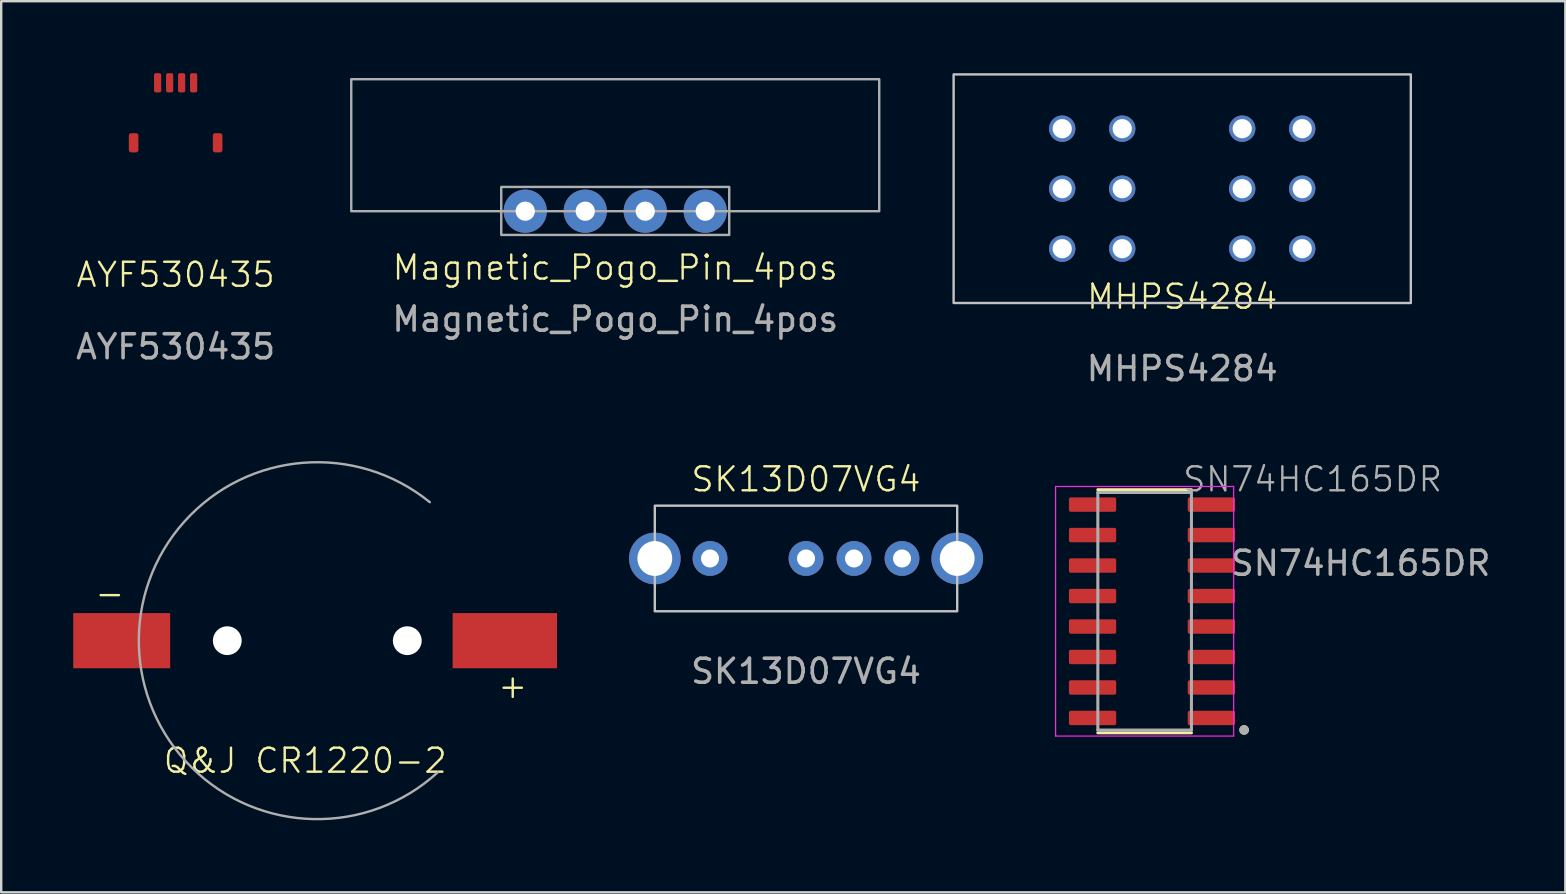
<source format=kicad_pcb>
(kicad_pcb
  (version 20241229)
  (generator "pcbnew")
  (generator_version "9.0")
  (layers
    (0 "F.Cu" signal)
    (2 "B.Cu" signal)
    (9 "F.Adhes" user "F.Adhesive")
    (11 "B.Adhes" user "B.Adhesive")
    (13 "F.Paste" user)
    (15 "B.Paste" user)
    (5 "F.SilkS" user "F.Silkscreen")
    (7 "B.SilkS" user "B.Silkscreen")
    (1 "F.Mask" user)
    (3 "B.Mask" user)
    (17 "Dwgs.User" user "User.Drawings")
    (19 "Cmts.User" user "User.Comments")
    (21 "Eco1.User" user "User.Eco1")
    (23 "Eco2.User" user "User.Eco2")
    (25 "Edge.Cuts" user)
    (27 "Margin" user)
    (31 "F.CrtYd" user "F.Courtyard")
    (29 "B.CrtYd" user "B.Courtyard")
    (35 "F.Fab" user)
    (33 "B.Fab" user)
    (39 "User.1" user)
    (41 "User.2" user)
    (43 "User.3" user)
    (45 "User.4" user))
  (footprint "Q&J CR1220-2"
    (layer "F.Cu")
    (at 10.17 23.646)
    (property "Reference" "Q&J CR1220-2" (at -0.5 5 0) (unlocked yes) (layer "F.SilkS") (effects (font (size 1 1) (thickness 0.1))))
    (fp_arc (start 5.019618 5.485656) (mid -7.43247 0.217658) (end 4.69 -5.77) (stroke (width 0.1) (type default)) (layer "F.Fab"))
    (fp_text user "+" (at 7.46 2.47 0) (unlocked yes) (layer "F.SilkS") (effects (font (size 1 1) (thickness 0.1)) (justify left bottom)))
    (fp_text user "-" (at -9.33 -1.39 0) (unlocked yes) (layer "F.SilkS") (effects (font (size 1 1) (thickness 0.1)) (justify left bottom)))
    (pad "" np_thru_hole circle (at -3.75 0) (size 1.2 1.2) (drill 1.2) (layers "*.Cu" "*.Mask"))
    (pad "" np_thru_hole circle (at 3.75 0) (size 1.2 1.2) (drill 1.2) (layers "*.Cu" "*.Mask"))
    (pad "1" smd rect (at 7.815 0) (size 4.35 2.3) (layers "F.Cu" "F.Mask" "F.Paste"))
    (pad "2" smd rect (at -8.15 0) (size 4.04 2.3) (layers "F.Cu" "F.Mask" "F.Paste")))
  (footprint "Magnetic_Pogo_Pin_4pos"
    (layer "F.Cu")
    (at 22.586 0.25)
    (property "Reference" "Magnetic_Pogo_Pin_4pos" (at 0 7.85 0) (unlocked yes) (layer "F.SilkS") (effects (font (size 1 1) (thickness 0.1))))
    (attr through_hole)
    (fp_rect (start -11 0) (end 11 5.5) (stroke (width 0.1) (type default)) (fill no) (layer "F.Fab"))
    (fp_rect (start -4.75 4.49) (end 4.75 6.49) (stroke (width 0.1) (type default)) (fill no) (layer "F.Fab"))
    (fp_text user "${REFERENCE}" (at 0 10 0) (unlocked yes) (layer "F.Fab") (effects (font (size 1 1) (thickness 0.15))))
    (pad "1" thru_hole circle (at -3.75 5.5) (size 1.8 1.8) (drill 0.8) (layers "*.Cu" "*.Mask"))
    (pad "2" thru_hole circle (at -1.25 5.5) (size 1.8 1.8) (drill 0.8) (layers "*.Cu" "*.Mask"))
    (pad "3" thru_hole circle (at 1.25 5.5) (size 1.8 1.8) (drill 0.8) (layers "*.Cu" "*.Mask"))
    (pad "4" thru_hole circle (at 3.75 5.5) (size 1.8 1.8) (drill 0.8) (layers "*.Cu" "*.Mask")))
  (footprint "SK13D07VG4"
    (layer "F.Cu")
    (at 30.535 22.421)
    (property "Reference" "SK13D07VG4" (at 0 -5.5 0) (unlocked yes) (layer "F.SilkS") (effects (font (size 1 1) (thickness 0.1))))
    (attr through_hole)
    (fp_rect (start -6.3 -4.4) (end 6.3 0) (stroke (width 0.1) (type default)) (fill no) (layer "Dwgs.User"))
    (fp_text user "${REFERENCE}" (at 0 2.5 0) (unlocked yes) (layer "F.Fab") (effects (font (size 1 1) (thickness 0.15))))
    (pad "1" thru_hole circle (at -4 -2.2) (size 1.45 1.45) (drill 0.75) (layers "*.Cu" "*.Mask"))
    (pad "2" thru_hole circle (at 0 -2.2) (size 1.45 1.45) (drill 0.75) (layers "*.Cu" "*.Mask"))
    (pad "3" thru_hole circle (at 2 -2.2) (size 1.45 1.45) (drill 0.75) (layers "*.Cu" "*.Mask"))
    (pad "4" thru_hole circle (at 4 -2.2) (size 1.45 1.45) (drill 0.75) (layers "*.Cu" "*.Mask"))
    (pad "MNT1" thru_hole circle (at -6.3 -2.2) (size 2.15 2.15) (drill 1.45) (layers "*.Cu" "*.Mask"))
    (pad "MNT2" thru_hole circle (at 6.3 -2.2) (size 2.15 2.15) (drill 1.45) (layers "*.Cu" "*.Mask")))
  (footprint "AYF530435"
    (layer "F.Cu")
    (at 4.268 1.7)
    (property "Reference" "AYF530435" (at 0 6.7 0) (unlocked yes) (layer "F.SilkS") (effects (font (size 1 1) (thickness 0.1))))
    (attr smd)
    (fp_text user "${REFERENCE}" (at 0 9.7 0) (unlocked yes) (layer "F.Fab") (effects (font (size 1 1) (thickness 0.15))))
    (pad "1" smd roundrect (at -0.75 -1.3) (size 0.3 0.8) (layers "F.Cu" "F.Mask" "F.Paste") (roundrect_rratio 0.25))
    (pad "2" smd roundrect (at -0.25 -1.3) (size 0.3 0.8) (layers "F.Cu" "F.Mask" "F.Paste") (roundrect_rratio 0.25))
    (pad "3" smd roundrect (at 0.25 -1.3) (size 0.3 0.8) (layers "F.Cu" "F.Mask" "F.Paste") (roundrect_rratio 0.25))
    (pad "4" smd roundrect (at 0.75 -1.3) (size 0.3 0.8) (layers "F.Cu" "F.Mask" "F.Paste") (roundrect_rratio 0.25))
    (pad "P1" smd roundrect (at -1.75 1.2) (size 0.4 0.8) (layers "F.Cu" "F.Mask" "F.Paste") (roundrect_rratio 0.25))
    (pad "P2" smd roundrect (at 1.75 1.2) (size 0.4 0.8) (layers "F.Cu" "F.Mask" "F.Paste") (roundrect_rratio 0.25)))
  (footprint "MHPS4284"
    (layer "F.Cu")
    (at 46.211 4.812)
    (property "Reference" "MHPS4284" (at 0 4.5 0) (unlocked yes) (layer "F.SilkS") (effects (font (size 1 1) (thickness 0.1))))
    (attr smd)
    (fp_rect (start -9.525 -4.763) (end 9.525 4.763) (stroke (width 0.1) (type default)) (fill no) (layer "Dwgs.User"))
    (fp_text user "${REFERENCE}" (at 0 7.5 0) (unlocked yes) (layer "F.Fab") (effects (font (size 1 1) (thickness 0.15))))
    (pad "1" thru_hole circle (at -5 -2.5) (size 1.1 1.1) (drill 0.8) (layers "*.Cu" "*.Mask"))
    (pad "1" thru_hole circle (at -2.5 -2.5) (size 1.1 1.1) (drill 0.8) (layers "*.Cu" "*.Mask"))
    (pad "1" thru_hole circle (at 2.5 -2.5) (size 1.1 1.1) (drill 0.8) (layers "*.Cu" "*.Mask"))
    (pad "1" thru_hole circle (at 5 -2.5) (size 1.1 1.1) (drill 0.8) (layers "*.Cu" "*.Mask"))
    (pad "2" thru_hole circle (at -5 2.5) (size 1.1 1.1) (drill 0.8) (layers "*.Cu" "*.Mask"))
    (pad "3" thru_hole circle (at -5 0) (size 1.1 1.1) (drill 0.8) (layers "*.Cu" "*.Mask"))
    (pad "3" thru_hole circle (at -2.5 0) (size 1.1 1.1) (drill 0.8) (layers "*.Cu" "*.Mask"))
    (pad "3" thru_hole circle (at -2.5 2.5) (size 1.1 1.1) (drill 0.8) (layers "*.Cu" "*.Mask"))
    (pad "3" thru_hole circle (at 2.5 0) (size 1.1 1.1) (drill 0.8) (layers "*.Cu" "*.Mask"))
    (pad "3" thru_hole circle (at 2.5 2.5) (size 1.1 1.1) (drill 0.8) (layers "*.Cu" "*.Mask"))
    (pad "3" thru_hole circle (at 5 0) (size 1.1 1.1) (drill 0.8) (layers "*.Cu" "*.Mask"))
    (pad "3" thru_hole circle (at 5 2.5) (size 1.1 1.1) (drill 0.8) (layers "*.Cu" "*.Mask")))
  (footprint "SN74HC165DR"
    (layer "F.Cu")
    (at 44.645 22.421)
    (property "Reference" "SN74HC165DR" (at 7 -5.5 0) (unlocked yes) (layer "F.Fab") (effects (font (size 1 1) (thickness 0.1))))
    (attr smd)
    (fp_line (start 1.95 -5.065) (end -1.95 -5.065) (stroke (width 0.127) (type solid)) (layer "F.SilkS"))
    (fp_line (start 1.95 5.065) (end -1.95 5.065) (stroke (width 0.127) (type solid)) (layer "F.SilkS"))
    (fp_circle (center 4.145 4.945) (end 4.045 4.945) (stroke (width 0.2) (type solid)) (fill no) (layer "F.SilkS"))
    (fp_line (start -3.71 5.2) (end -3.71 -5.2) (stroke (width 0.05) (type solid)) (layer "F.CrtYd"))
    (fp_line (start 3.71 -5.2) (end -3.71 -5.2) (stroke (width 0.05) (type solid)) (layer "F.CrtYd"))
    (fp_line (start 3.71 5.2) (end -3.71 5.2) (stroke (width 0.05) (type solid)) (layer "F.CrtYd"))
    (fp_line (start 3.71 5.2) (end 3.71 -5.2) (stroke (width 0.05) (type solid)) (layer "F.CrtYd"))
    (fp_line (start -1.95 4.95) (end -1.95 -4.95) (stroke (width 0.127) (type solid)) (layer "F.Fab"))
    (fp_line (start 1.95 -4.95) (end -1.95 -4.95) (stroke (width 0.127) (type solid)) (layer "F.Fab"))
    (fp_line (start 1.95 4.95) (end -1.95 4.95) (stroke (width 0.127) (type solid)) (layer "F.Fab"))
    (fp_line (start 1.95 4.95) (end 1.95 -4.95) (stroke (width 0.127) (type solid)) (layer "F.Fab"))
    (fp_circle (center 4.145 4.945) (end 4.045 4.945) (stroke (width 0.2) (type solid)) (fill no) (layer "F.Fab"))
    (fp_text user "${REFERENCE}" (at 9 -2 0) (unlocked yes) (layer "F.Fab") (effects (font (size 1 1) (thickness 0.15))))
    (pad "1" smd roundrect (at -2.17 -4.445 180) (size 1.97 0.6) (layers "F.Cu" "F.Mask" "F.Paste") (roundrect_rratio 0.125))
    (pad "2" smd roundrect (at -2.17 -3.175 180) (size 1.97 0.6) (layers "F.Cu" "F.Mask" "F.Paste") (roundrect_rratio 0.125))
    (pad "3" smd roundrect (at -2.17 -1.905 180) (size 1.97 0.6) (layers "F.Cu" "F.Mask" "F.Paste") (roundrect_rratio 0.125))
    (pad "4" smd roundrect (at -2.17 -0.635 180) (size 1.97 0.6) (layers "F.Cu" "F.Mask" "F.Paste") (roundrect_rratio 0.125))
    (pad "5" smd roundrect (at -2.17 0.635 180) (size 1.97 0.6) (layers "F.Cu" "F.Mask" "F.Paste") (roundrect_rratio 0.125))
    (pad "6" smd roundrect (at -2.17 1.905 180) (size 1.97 0.6) (layers "F.Cu" "F.Mask" "F.Paste") (roundrect_rratio 0.125))
    (pad "7" smd roundrect (at -2.17 3.175 180) (size 1.97 0.6) (layers "F.Cu" "F.Mask" "F.Paste") (roundrect_rratio 0.125))
    (pad "8" smd roundrect (at -2.17 4.445 180) (size 1.97 0.6) (layers "F.Cu" "F.Mask" "F.Paste") (roundrect_rratio 0.125))
    (pad "9" smd roundrect (at 2.78 4.445 180) (size 1.97 0.6) (layers "F.Cu" "F.Mask" "F.Paste") (roundrect_rratio 0.125))
    (pad "10" smd roundrect (at 2.78 3.175 180) (size 1.97 0.6) (layers "F.Cu" "F.Mask" "F.Paste") (roundrect_rratio 0.125))
    (pad "11" smd roundrect (at 2.78 1.905 180) (size 1.97 0.6) (layers "F.Cu" "F.Mask" "F.Paste") (roundrect_rratio 0.125))
    (pad "12" smd roundrect (at 2.78 0.635 180) (size 1.97 0.6) (layers "F.Cu" "F.Mask" "F.Paste") (roundrect_rratio 0.125))
    (pad "13" smd roundrect (at 2.78 -0.635 180) (size 1.97 0.6) (layers "F.Cu" "F.Mask" "F.Paste") (roundrect_rratio 0.125))
    (pad "14" smd roundrect (at 2.78 -1.905 180) (size 1.97 0.6) (layers "F.Cu" "F.Mask" "F.Paste") (roundrect_rratio 0.125))
    (pad "15" smd roundrect (at 2.78 -3.175 180) (size 1.97 0.6) (layers "F.Cu" "F.Mask" "F.Paste") (roundrect_rratio 0.125))
    (pad "16" smd roundrect (at 2.78 -4.445 180) (size 1.97 0.6) (layers "F.Cu" "F.Mask" "F.Paste") (roundrect_rratio 0.125)))
  (gr_rect
    (start -3 -3)
    (end 62.175 34.132)
    (stroke (width 0.1) (type default))
    (fill no)
    (layer "Edge.Cuts")))
</source>
